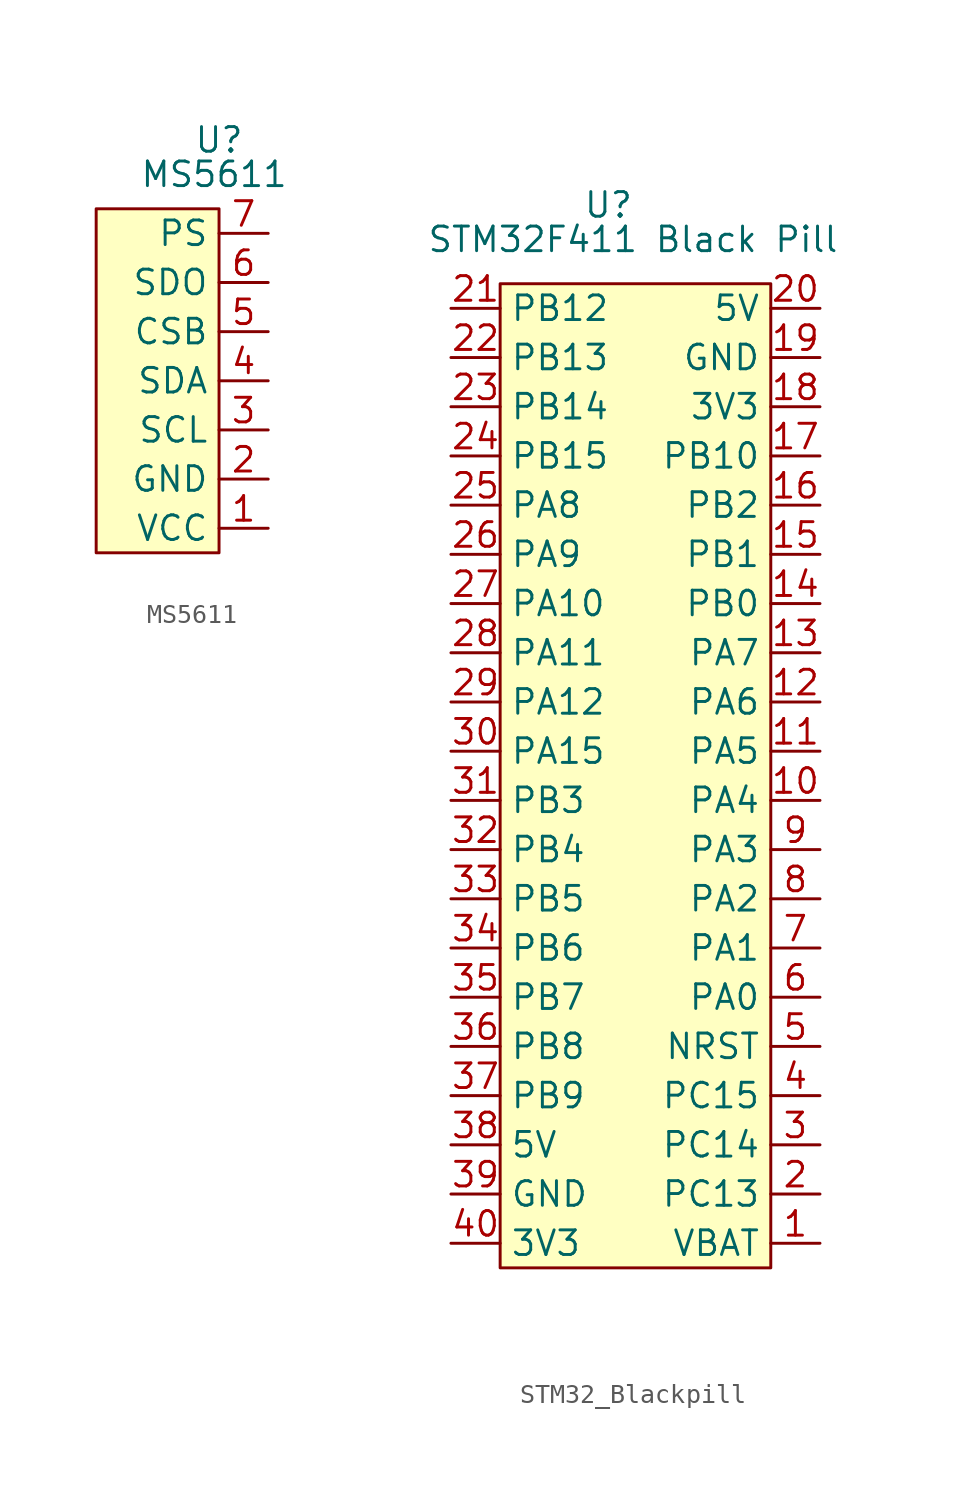
<source format=kicad_sym>
(kicad_symbol_lib
  (version 20241209)
  (generator "kicad_symbol_editor")
  (generator_version "9.0")
  (symbol "MS5611"
    (property "Reference" "U"
      (at 0 12.446 0)
      (effects (font (size 1.27 1.27))))
    (property "Value" "MS5611"
      (at -0.254 10.668 0)
      (effects (font (size 1.27 1.27))))
    (symbol "MS5611_0_0"
      (pin input line (at 2.54 7.62 180) (length 2.54) (name "PS" (effects (font (size 1.27 1.27)))) (number "7" (effects (font (size 1.27 1.27)))))
      (pin output line (at 2.54 5.08 180) (length 2.54) (name "SDO" (effects (font (size 1.27 1.27)))) (number "6" (effects (font (size 1.27 1.27)))))
      (pin input line (at 2.54 2.54 180) (length 2.54) (name "CSB" (effects (font (size 1.27 1.27)))) (number "5" (effects (font (size 1.27 1.27)))))
      (pin bidirectional line (at 2.54 0 180) (length 2.54) (name "SDA" (effects (font (size 1.27 1.27)))) (number "4" (effects (font (size 1.27 1.27)))))
      (pin input line (at 2.54 -2.54 180) (length 2.54) (name "SCL" (effects (font (size 1.27 1.27)))) (number "3" (effects (font (size 1.27 1.27)))))
      (pin power_in line (at 2.54 -5.08 180) (length 2.54) (name "GND" (effects (font (size 1.27 1.27)))) (number "2" (effects (font (size 1.27 1.27)))))
      (pin power_in line (at 2.54 -7.62 180) (length 2.54) (name "VCC" (effects (font (size 1.27 1.27)))) (number "1" (effects (font (size 1.27 1.27))))))
    (symbol "MS5611_1_1"
      (rectangle (start -6.35 8.89) (end 0 -8.89) (stroke (width 0) (type solid)) (fill (type background)))))
  (symbol "STM32_Blackpill"
    (property "Reference" "U"
      (at -2.032 29.464 0)
      (effects (font (size 1.27 1.27))))
    (property "Value" "STM32F411 Black Pill"
      (at -0.762 27.686 0)
      (effects (font (size 1.27 1.27))))
    (symbol "STM32_Blackpill_0_0"
      (pin bidirectional line (at -10.16 24.13 0) (length 2.54) (name "PB12" (effects (font (size 1.27 1.27)))) (number "21" (effects (font (size 1.27 1.27)))))
      (pin bidirectional line (at -10.16 21.59 0) (length 2.54) (name "PB13" (effects (font (size 1.27 1.27)))) (number "22" (effects (font (size 1.27 1.27)))))
      (pin bidirectional line (at -10.16 19.05 0) (length 2.54) (name "PB14" (effects (font (size 1.27 1.27)))) (number "23" (effects (font (size 1.27 1.27)))))
      (pin bidirectional line (at -10.16 16.51 0) (length 2.54) (name "PB15" (effects (font (size 1.27 1.27)))) (number "24" (effects (font (size 1.27 1.27)))))
      (pin bidirectional line (at -10.16 13.97 0) (length 2.54) (name "PA8" (effects (font (size 1.27 1.27)))) (number "25" (effects (font (size 1.27 1.27)))))
      (pin bidirectional line (at -10.16 11.43 0) (length 2.54) (name "PA9" (effects (font (size 1.27 1.27)))) (number "26" (effects (font (size 1.27 1.27)))))
      (pin bidirectional line (at -10.16 8.89 0) (length 2.54) (name "PA10" (effects (font (size 1.27 1.27)))) (number "27" (effects (font (size 1.27 1.27)))))
      (pin bidirectional line (at -10.16 6.35 0) (length 2.54) (name "PA11" (effects (font (size 1.27 1.27)))) (number "28" (effects (font (size 1.27 1.27)))))
      (pin bidirectional line (at -10.16 3.81 0) (length 2.54) (name "PA12" (effects (font (size 1.27 1.27)))) (number "29" (effects (font (size 1.27 1.27)))))
      (pin bidirectional line (at -10.16 1.27 0) (length 2.54) (name "PA15" (effects (font (size 1.27 1.27)))) (number "30" (effects (font (size 1.27 1.27)))))
      (pin bidirectional line (at -10.16 -1.27 0) (length 2.54) (name "PB3" (effects (font (size 1.27 1.27)))) (number "31" (effects (font (size 1.27 1.27)))))
      (pin bidirectional line (at -10.16 -3.81 0) (length 2.54) (name "PB4" (effects (font (size 1.27 1.27)))) (number "32" (effects (font (size 1.27 1.27)))))
      (pin bidirectional line (at -10.16 -6.35 0) (length 2.54) (name "PB5" (effects (font (size 1.27 1.27)))) (number "33" (effects (font (size 1.27 1.27)))))
      (pin bidirectional line (at -10.16 -8.89 0) (length 2.54) (name "PB6" (effects (font (size 1.27 1.27)))) (number "34" (effects (font (size 1.27 1.27)))))
      (pin bidirectional line (at -10.16 -11.43 0) (length 2.54) (name "PB7" (effects (font (size 1.27 1.27)))) (number "35" (effects (font (size 1.27 1.27)))))
      (pin bidirectional line (at -10.16 -13.97 0) (length 2.54) (name "PB8" (effects (font (size 1.27 1.27)))) (number "36" (effects (font (size 1.27 1.27)))))
      (pin bidirectional line (at -10.16 -16.51 0) (length 2.54) (name "PB9" (effects (font (size 1.27 1.27)))) (number "37" (effects (font (size 1.27 1.27)))))
      (pin power_in line (at -10.16 -19.05 0) (length 2.54) (name "5V" (effects (font (size 1.27 1.27)))) (number "38" (effects (font (size 1.27 1.27)))))
      (pin power_in line (at -10.16 -21.59 0) (length 2.54) (name "GND" (effects (font (size 1.27 1.27)))) (number "39" (effects (font (size 1.27 1.27)))))
      (pin power_out line (at -10.16 -24.13 0) (length 2.54) (name "3V3" (effects (font (size 1.27 1.27)))) (number "40" (effects (font (size 1.27 1.27)))))
      (pin power_in line (at 8.89 24.13 180) (length 2.54) (name "5V" (effects (font (size 1.27 1.27)))) (number "20" (effects (font (size 1.27 1.27)))))
      (pin power_in line (at 8.89 21.59 180) (length 2.54) (name "GND" (effects (font (size 1.27 1.27)))) (number "19" (effects (font (size 1.27 1.27)))))
      (pin power_out line (at 8.89 19.05 180) (length 2.54) (name "3V3" (effects (font (size 1.27 1.27)))) (number "18" (effects (font (size 1.27 1.27)))))
      (pin bidirectional line (at 8.89 16.51 180) (length 2.54) (name "PB10" (effects (font (size 1.27 1.27)))) (number "17" (effects (font (size 1.27 1.27)))))
      (pin bidirectional line (at 8.89 13.97 180) (length 2.54) (name "PB2" (effects (font (size 1.27 1.27)))) (number "16" (effects (font (size 1.27 1.27)))))
      (pin bidirectional line (at 8.89 11.43 180) (length 2.54) (name "PB1" (effects (font (size 1.27 1.27)))) (number "15" (effects (font (size 1.27 1.27)))))
      (pin bidirectional line (at 8.89 8.89 180) (length 2.54) (name "PB0" (effects (font (size 1.27 1.27)))) (number "14" (effects (font (size 1.27 1.27)))))
      (pin bidirectional line (at 8.89 6.35 180) (length 2.54) (name "PA7" (effects (font (size 1.27 1.27)))) (number "13" (effects (font (size 1.27 1.27)))))
      (pin bidirectional line (at 8.89 3.81 180) (length 2.54) (name "PA6" (effects (font (size 1.27 1.27)))) (number "12" (effects (font (size 1.27 1.27)))))
      (pin bidirectional line (at 8.89 1.27 180) (length 2.54) (name "PA5" (effects (font (size 1.27 1.27)))) (number "11" (effects (font (size 1.27 1.27)))))
      (pin bidirectional line (at 8.89 -1.27 180) (length 2.54) (name "PA4" (effects (font (size 1.27 1.27)))) (number "10" (effects (font (size 1.27 1.27)))))
      (pin bidirectional line (at 8.89 -3.81 180) (length 2.54) (name "PA3" (effects (font (size 1.27 1.27)))) (number "9" (effects (font (size 1.27 1.27)))))
      (pin bidirectional line (at 8.89 -6.35 180) (length 2.54) (name "PA2" (effects (font (size 1.27 1.27)))) (number "8" (effects (font (size 1.27 1.27)))))
      (pin bidirectional line (at 8.89 -8.89 180) (length 2.54) (name "PA1" (effects (font (size 1.27 1.27)))) (number "7" (effects (font (size 1.27 1.27)))))
      (pin bidirectional line (at 8.89 -11.43 180) (length 2.54) (name "PA0" (effects (font (size 1.27 1.27)))) (number "6" (effects (font (size 1.27 1.27)))))
      (pin input line (at 8.89 -13.97 180) (length 2.54) (name "NRST" (effects (font (size 1.27 1.27)))) (number "5" (effects (font (size 1.27 1.27)))))
      (pin bidirectional line (at 8.89 -16.51 180) (length 2.54) (name "PC15" (effects (font (size 1.27 1.27)))) (number "4" (effects (font (size 1.27 1.27)))))
      (pin bidirectional line (at 8.89 -19.05 180) (length 2.54) (name "PC14" (effects (font (size 1.27 1.27)))) (number "3" (effects (font (size 1.27 1.27)))))
      (pin bidirectional line (at 8.89 -21.59 180) (length 2.54) (name "PC13" (effects (font (size 1.27 1.27)))) (number "2" (effects (font (size 1.27 1.27)))))
      (pin power_in line (at 8.89 -24.13 180) (length 2.54) (name "VBAT" (effects (font (size 1.27 1.27)))) (number "1" (effects (font (size 1.27 1.27))))))
    (symbol "STM32_Blackpill_1_1"
      (rectangle (start -7.62 25.4) (end 6.35 -25.4) (stroke (width 0) (type solid)) (fill (type background))))))
</source>
